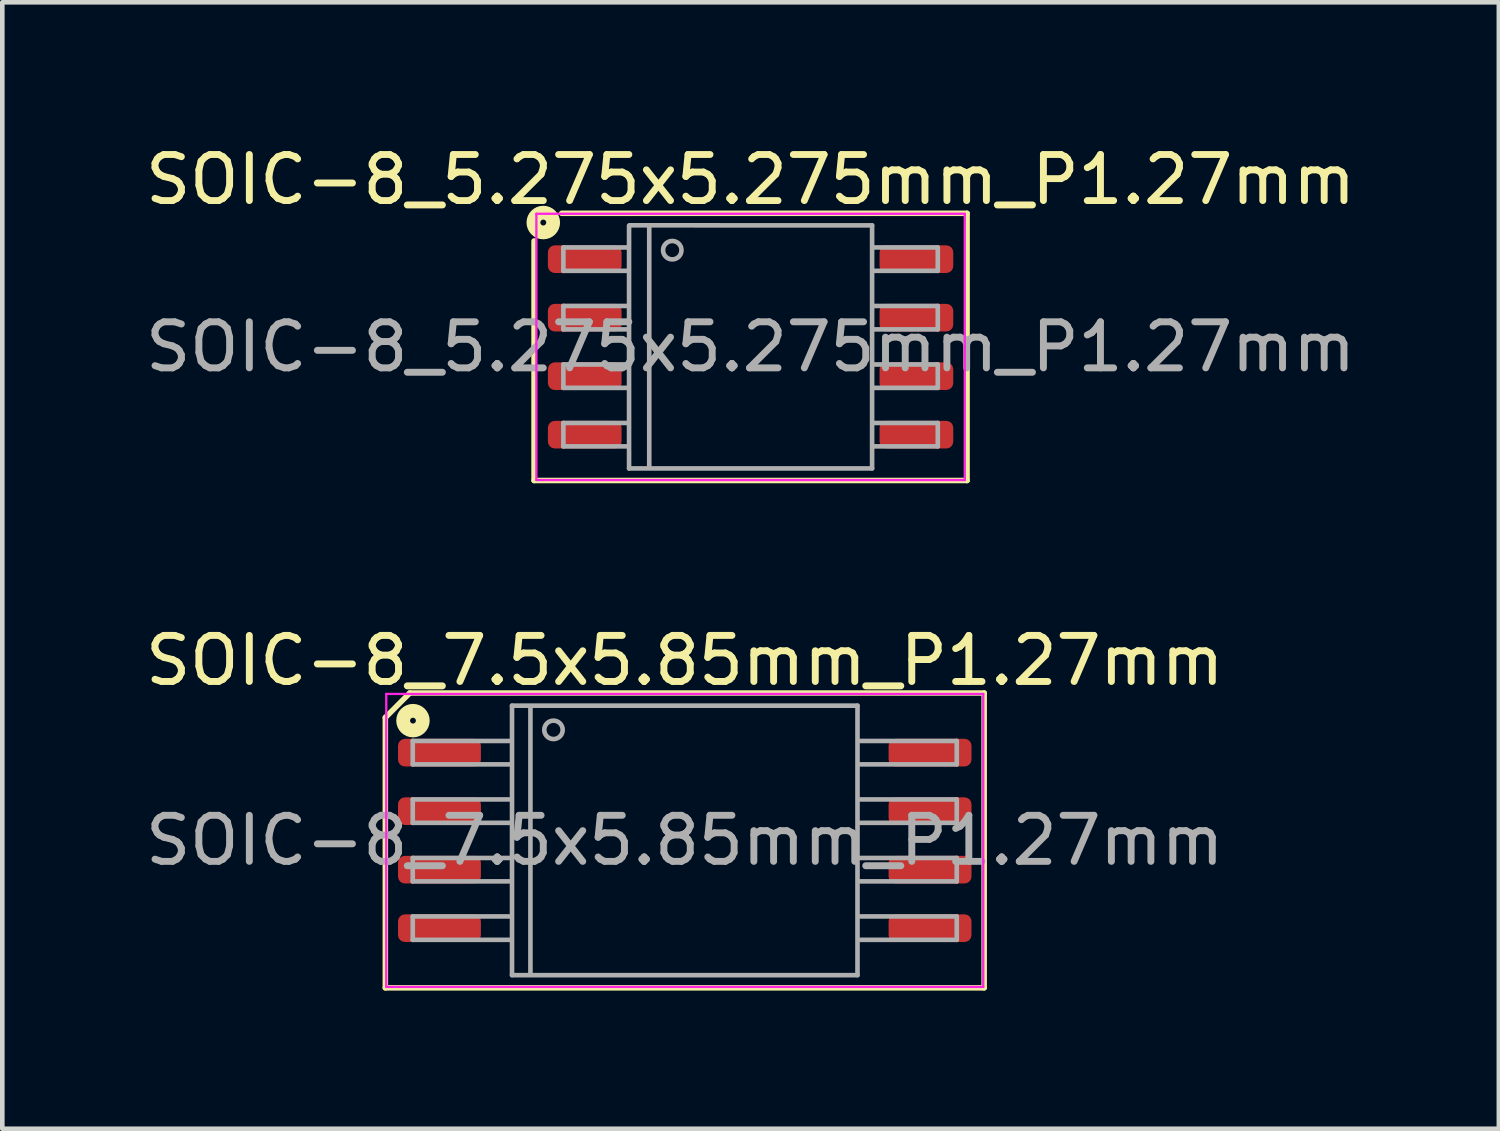
<source format=kicad_pcb>
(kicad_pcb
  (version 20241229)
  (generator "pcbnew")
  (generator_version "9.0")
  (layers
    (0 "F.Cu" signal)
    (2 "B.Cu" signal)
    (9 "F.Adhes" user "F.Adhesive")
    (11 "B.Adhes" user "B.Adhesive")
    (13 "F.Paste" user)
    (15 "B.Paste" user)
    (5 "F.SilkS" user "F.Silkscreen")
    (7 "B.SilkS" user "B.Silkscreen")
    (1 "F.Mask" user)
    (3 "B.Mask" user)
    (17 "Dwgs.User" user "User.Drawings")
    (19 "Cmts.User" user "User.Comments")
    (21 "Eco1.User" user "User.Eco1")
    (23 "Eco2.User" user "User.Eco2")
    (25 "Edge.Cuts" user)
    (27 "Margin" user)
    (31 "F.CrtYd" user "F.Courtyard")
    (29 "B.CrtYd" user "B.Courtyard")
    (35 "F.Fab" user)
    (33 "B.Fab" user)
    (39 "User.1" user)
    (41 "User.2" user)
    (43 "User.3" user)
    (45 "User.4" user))
  (footprint "SOIC-8_7.5x5.85mm_P1.27mm"
    (layer "F.Cu")
    (at 11.815 15.194)
    (property "Reference" "SOIC-8_7.5x5.85mm_P1.27mm" (at 0 -3.905 0) (layer "F.SilkS") (effects (font (size 1 1) (thickness 0.15))))
    (attr smd)
    (fp_line (start -6.5 -2.667) (end -6.5 3.2) (stroke (width 0.12) (type solid)) (layer "F.SilkS"))
    (fp_line (start -6.5 -2.667) (end -5.969 -3.2) (stroke (width 0.12) (type solid)) (layer "F.SilkS"))
    (fp_line (start -6.5 3.2) (end 6.5 3.2) (stroke (width 0.12) (type solid)) (layer "F.SilkS"))
    (fp_line (start 6.5 -3.2) (end -5.969 -3.2) (stroke (width 0.12) (type solid)) (layer "F.SilkS"))
    (fp_line (start 6.5 3.2) (end 6.5 -3.2) (stroke (width 0.12) (type solid)) (layer "F.SilkS"))
    (fp_circle (center -5.9 -2.6) (end -5.837 -2.6) (stroke (width 0.3) (type solid)) (fill no) (layer "F.SilkS"))
    (fp_line (start -6.48 -3.18) (end -6.48 3.18) (stroke (width 0.05) (type solid)) (layer "F.CrtYd"))
    (fp_line (start -6.48 3.18) (end 6.48 3.18) (stroke (width 0.05) (type solid)) (layer "F.CrtYd"))
    (fp_line (start 6.48 -3.18) (end -6.48 -3.18) (stroke (width 0.05) (type solid)) (layer "F.CrtYd"))
    (fp_line (start 6.48 3.18) (end 6.48 -3.18) (stroke (width 0.05) (type solid)) (layer "F.CrtYd"))
    (fp_line (start -5.905 -2.159) (end -5.905 -1.651) (stroke (width 0.1) (type solid)) (layer "F.Fab"))
    (fp_line (start -5.905 -2.159) (end -3.81 -2.159) (stroke (width 0.1) (type solid)) (layer "F.Fab"))
    (fp_line (start -5.905 -1.651) (end -3.81 -1.651) (stroke (width 0.1) (type solid)) (layer "F.Fab"))
    (fp_line (start -5.905 -0.889) (end -5.905 -0.381) (stroke (width 0.1) (type solid)) (layer "F.Fab"))
    (fp_line (start -5.905 -0.889) (end -3.81 -0.889) (stroke (width 0.1) (type solid)) (layer "F.Fab"))
    (fp_line (start -5.905 -0.381) (end -3.81 -0.381) (stroke (width 0.1) (type solid)) (layer "F.Fab"))
    (fp_line (start -5.905 0.381) (end -5.905 0.889) (stroke (width 0.1) (type solid)) (layer "F.Fab"))
    (fp_line (start -5.905 0.381) (end -3.81 0.381) (stroke (width 0.1) (type solid)) (layer "F.Fab"))
    (fp_line (start -5.905 0.889) (end -3.81 0.889) (stroke (width 0.1) (type solid)) (layer "F.Fab"))
    (fp_line (start -5.905 1.651) (end -5.905 2.159) (stroke (width 0.1) (type solid)) (layer "F.Fab"))
    (fp_line (start -5.905 1.651) (end -3.81 1.651) (stroke (width 0.1) (type solid)) (layer "F.Fab"))
    (fp_line (start -5.905 2.159) (end -3.81 2.159) (stroke (width 0.1) (type solid)) (layer "F.Fab"))
    (fp_line (start -3.75 -2.925) (end 3.75 -2.925) (stroke (width 0.1) (type solid)) (layer "F.Fab"))
    (fp_line (start -3.75 2.925) (end -3.75 -2.925) (stroke (width 0.1) (type solid)) (layer "F.Fab"))
    (fp_line (start -3.35 -2.9) (end -3.35 2.9) (stroke (width 0.1) (type solid)) (layer "F.Fab"))
    (fp_line (start 3.75 -2.925) (end 3.75 2.925) (stroke (width 0.1) (type solid)) (layer "F.Fab"))
    (fp_line (start 3.75 2.925) (end -3.75 2.925) (stroke (width 0.1) (type solid)) (layer "F.Fab"))
    (fp_line (start 5.905 -2.159) (end 3.81 -2.159) (stroke (width 0.1) (type solid)) (layer "F.Fab"))
    (fp_line (start 5.905 -1.651) (end 3.81 -1.651) (stroke (width 0.1) (type solid)) (layer "F.Fab"))
    (fp_line (start 5.905 -1.651) (end 5.905 -2.159) (stroke (width 0.1) (type solid)) (layer "F.Fab"))
    (fp_line (start 5.905 -0.889) (end 3.81 -0.889) (stroke (width 0.1) (type solid)) (layer "F.Fab"))
    (fp_line (start 5.905 -0.381) (end 3.81 -0.381) (stroke (width 0.1) (type solid)) (layer "F.Fab"))
    (fp_line (start 5.905 -0.381) (end 5.905 -0.889) (stroke (width 0.1) (type solid)) (layer "F.Fab"))
    (fp_line (start 5.905 0.381) (end 3.81 0.381) (stroke (width 0.1) (type solid)) (layer "F.Fab"))
    (fp_line (start 5.905 0.889) (end 3.81 0.889) (stroke (width 0.1) (type solid)) (layer "F.Fab"))
    (fp_line (start 5.905 0.889) (end 5.905 0.381) (stroke (width 0.1) (type solid)) (layer "F.Fab"))
    (fp_line (start 5.905 1.651) (end 3.81 1.651) (stroke (width 0.1) (type solid)) (layer "F.Fab"))
    (fp_line (start 5.905 2.159) (end 3.81 2.159) (stroke (width 0.1) (type solid)) (layer "F.Fab"))
    (fp_line (start 5.905 2.159) (end 5.905 1.651) (stroke (width 0.1) (type solid)) (layer "F.Fab"))
    (fp_circle (center -2.85 -2.4) (end -2.65 -2.4) (stroke (width 0.1) (type solid)) (fill no) (layer "F.Fab"))
    (fp_text user "${REFERENCE}" (at 0 0 0) (layer "F.Fab") (effects (font (size 1 1) (thickness 0.15))))
    (pad "1" smd roundrect (at -5.325 -1.905) (size 1.8 0.6) (layers "F.Cu" "F.Mask" "F.Paste") (roundrect_rratio 0.25))
    (pad "2" smd roundrect (at -5.325 -0.635) (size 1.8 0.6) (layers "F.Cu" "F.Mask" "F.Paste") (roundrect_rratio 0.25))
    (pad "3" smd roundrect (at -5.325 0.635) (size 1.8 0.6) (layers "F.Cu" "F.Mask" "F.Paste") (roundrect_rratio 0.25))
    (pad "4" smd roundrect (at -5.325 1.905) (size 1.8 0.6) (layers "F.Cu" "F.Mask" "F.Paste") (roundrect_rratio 0.25))
    (pad "5" smd roundrect (at 5.325 1.905) (size 1.8 0.6) (layers "F.Cu" "F.Mask" "F.Paste") (roundrect_rratio 0.25))
    (pad "6" smd roundrect (at 5.325 0.635) (size 1.8 0.6) (layers "F.Cu" "F.Mask" "F.Paste") (roundrect_rratio 0.25))
    (pad "7" smd roundrect (at 5.325 -0.635) (size 1.8 0.6) (layers "F.Cu" "F.Mask" "F.Paste") (roundrect_rratio 0.25))
    (pad "8" smd roundrect (at 5.325 -1.905) (size 1.8 0.6) (layers "F.Cu" "F.Mask" "F.Paste") (roundrect_rratio 0.25)))
  (footprint "SOIC-8_5.275x5.275mm_P1.27mm"
    (layer "F.Cu")
    (at 13.244 4.481)
    (property "Reference" "SOIC-8_5.275x5.275mm_P1.27mm" (at 0 -3.632 0) (layer "F.SilkS") (effects (font (size 1 1) (thickness 0.15))))
    (attr smd)
    (fp_line (start -4.7 -2.3) (end -4.7 2.9) (stroke (width 0.12) (type solid)) (layer "F.SilkS"))
    (fp_line (start -4.7 2.9) (end 4.699 2.9) (stroke (width 0.12) (type solid)) (layer "F.SilkS"))
    (fp_line (start 4.699 2.9) (end 4.7 -2.9) (stroke (width 0.12) (type solid)) (layer "F.SilkS"))
    (fp_line (start 4.7 -2.9) (end -4.1 -2.9) (stroke (width 0.12) (type solid)) (layer "F.SilkS"))
    (fp_circle (center -4.5 -2.7) (end -4.436 -2.7) (stroke (width 0.3) (type solid)) (fill no) (layer "F.SilkS"))
    (fp_line (start -4.65 -2.89) (end -4.65 2.89) (stroke (width 0.05) (type solid)) (layer "F.CrtYd"))
    (fp_line (start -4.65 2.89) (end 4.65 2.89) (stroke (width 0.05) (type solid)) (layer "F.CrtYd"))
    (fp_line (start 4.65 -2.89) (end -4.65 -2.89) (stroke (width 0.05) (type solid)) (layer "F.CrtYd"))
    (fp_line (start 4.65 2.89) (end 4.65 -2.89) (stroke (width 0.05) (type solid)) (layer "F.CrtYd"))
    (fp_line (start -4.064 -2.159) (end -4.064 -1.651) (stroke (width 0.1) (type solid)) (layer "F.Fab"))
    (fp_line (start -4.064 -2.159) (end -2.667 -2.159) (stroke (width 0.1) (type solid)) (layer "F.Fab"))
    (fp_line (start -4.064 -1.651) (end -2.667 -1.651) (stroke (width 0.1) (type solid)) (layer "F.Fab"))
    (fp_line (start -4.064 -0.889) (end -4.064 -0.381) (stroke (width 0.1) (type solid)) (layer "F.Fab"))
    (fp_line (start -4.064 -0.889) (end -2.667 -0.889) (stroke (width 0.1) (type solid)) (layer "F.Fab"))
    (fp_line (start -4.064 -0.381) (end -2.667 -0.381) (stroke (width 0.1) (type solid)) (layer "F.Fab"))
    (fp_line (start -4.064 0.381) (end -4.064 0.889) (stroke (width 0.1) (type solid)) (layer "F.Fab"))
    (fp_line (start -4.064 0.381) (end -2.667 0.381) (stroke (width 0.1) (type solid)) (layer "F.Fab"))
    (fp_line (start -4.064 0.889) (end -2.667 0.889) (stroke (width 0.1) (type solid)) (layer "F.Fab"))
    (fp_line (start -4.064 1.651) (end -4.064 2.159) (stroke (width 0.1) (type solid)) (layer "F.Fab"))
    (fp_line (start -4.064 1.651) (end -2.667 1.651) (stroke (width 0.1) (type solid)) (layer "F.Fab"))
    (fp_line (start -4.064 2.159) (end -2.667 2.159) (stroke (width 0.1) (type solid)) (layer "F.Fab"))
    (fp_line (start -2.638 2.638) (end -2.638 -2.63) (stroke (width 0.1) (type solid)) (layer "F.Fab"))
    (fp_line (start -2.63 -2.64) (end 2.638 -2.638) (stroke (width 0.1) (type solid)) (layer "F.Fab"))
    (fp_line (start -2.2 -2.6) (end -2.2 2.6) (stroke (width 0.1) (type solid)) (layer "F.Fab"))
    (fp_line (start 2.638 -2.638) (end 2.638 2.638) (stroke (width 0.1) (type solid)) (layer "F.Fab"))
    (fp_line (start 2.638 2.638) (end -2.638 2.638) (stroke (width 0.1) (type solid)) (layer "F.Fab"))
    (fp_line (start 4.064 -2.159) (end 2.667 -2.159) (stroke (width 0.1) (type solid)) (layer "F.Fab"))
    (fp_line (start 4.064 -1.651) (end 2.667 -1.651) (stroke (width 0.1) (type solid)) (layer "F.Fab"))
    (fp_line (start 4.064 -1.651) (end 4.064 -2.159) (stroke (width 0.1) (type solid)) (layer "F.Fab"))
    (fp_line (start 4.064 -0.889) (end 2.667 -0.889) (stroke (width 0.1) (type solid)) (layer "F.Fab"))
    (fp_line (start 4.064 -0.381) (end 2.667 -0.381) (stroke (width 0.1) (type solid)) (layer "F.Fab"))
    (fp_line (start 4.064 -0.381) (end 4.064 -0.889) (stroke (width 0.1) (type solid)) (layer "F.Fab"))
    (fp_line (start 4.064 0.381) (end 2.667 0.381) (stroke (width 0.1) (type solid)) (layer "F.Fab"))
    (fp_line (start 4.064 0.889) (end 2.667 0.889) (stroke (width 0.1) (type solid)) (layer "F.Fab"))
    (fp_line (start 4.064 0.889) (end 4.064 0.381) (stroke (width 0.1) (type solid)) (layer "F.Fab"))
    (fp_line (start 4.064 1.651) (end 2.667 1.651) (stroke (width 0.1) (type solid)) (layer "F.Fab"))
    (fp_line (start 4.064 2.159) (end 2.667 2.159) (stroke (width 0.1) (type solid)) (layer "F.Fab"))
    (fp_line (start 4.064 2.159) (end 4.064 1.651) (stroke (width 0.1) (type solid)) (layer "F.Fab"))
    (fp_circle (center -1.7 -2.1) (end -1.5 -2.1) (stroke (width 0.1) (type solid)) (fill no) (layer "F.Fab"))
    (fp_text user "${REFERENCE}" (at 0 0 0) (layer "F.Fab") (effects (font (size 1 1) (thickness 0.15))))
    (pad "1" smd roundrect (at -3.6 -1.905) (size 1.6 0.6) (layers "F.Cu" "F.Mask" "F.Paste") (roundrect_rratio 0.25))
    (pad "2" smd roundrect (at -3.6 -0.635) (size 1.6 0.6) (layers "F.Cu" "F.Mask" "F.Paste") (roundrect_rratio 0.25))
    (pad "3" smd roundrect (at -3.6 0.635) (size 1.6 0.6) (layers "F.Cu" "F.Mask" "F.Paste") (roundrect_rratio 0.25))
    (pad "4" smd roundrect (at -3.6 1.905) (size 1.6 0.6) (layers "F.Cu" "F.Mask" "F.Paste") (roundrect_rratio 0.25))
    (pad "5" smd roundrect (at 3.6 1.905) (size 1.6 0.6) (layers "F.Cu" "F.Mask" "F.Paste") (roundrect_rratio 0.25))
    (pad "6" smd roundrect (at 3.6 0.635) (size 1.6 0.6) (layers "F.Cu" "F.Mask" "F.Paste") (roundrect_rratio 0.25))
    (pad "7" smd roundrect (at 3.6 -0.635) (size 1.6 0.6) (layers "F.Cu" "F.Mask" "F.Paste") (roundrect_rratio 0.25))
    (pad "8" smd roundrect (at 3.6 -1.905) (size 1.6 0.6) (layers "F.Cu" "F.Mask" "F.Paste") (roundrect_rratio 0.25)))
  (gr_rect
    (start -3 -3)
    (end 29.488 21.454)
    (stroke (width 0.1) (type default))
    (fill no)
    (layer "Edge.Cuts")))
</source>
